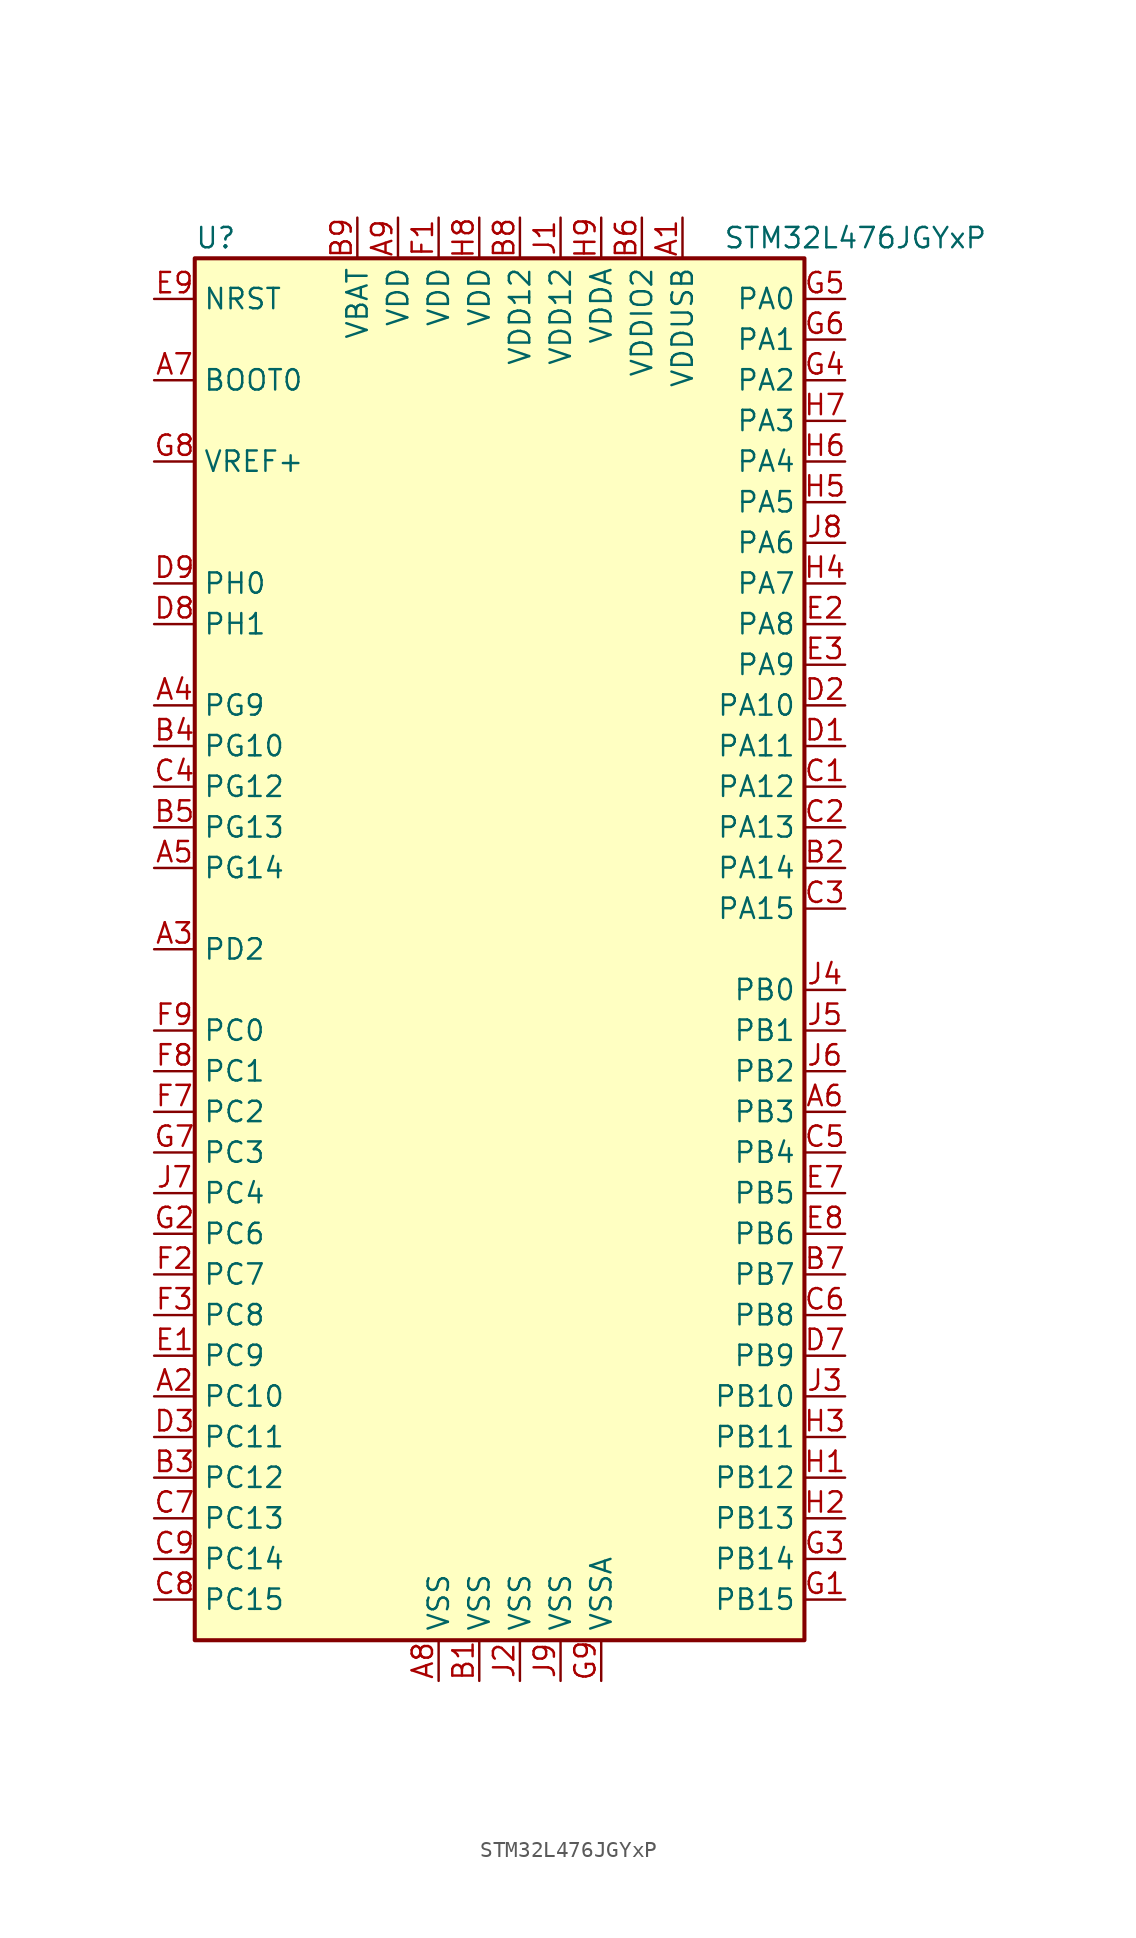
<source format=kicad_sym>
(kicad_symbol_lib
  (version 20211014)
  (generator kicad_symbol_editor)
  (symbol "STM32L476JGYxP"
    (property "Reference" "U"
      (at -20.32 44.45 0)
      (effects (font (size 1.27 1.27)) (justify left)))
    (property "Value" "STM32L476JGYxP"
      (at 12.7 44.45 0)
      (effects (font (size 1.27 1.27)) (justify left)))
    (symbol "STM32L476JGYxP_0_1"
      (rectangle (start -20.32 -43.18) (end 17.78 43.18) (stroke (width 0.254) (type default) (color 0 0 0 0)) (fill (type background))))
    (symbol "STM32L476JGYxP_1_1"
      (pin power_in line (at 10.16 45.72 270) (length 2.54) (name "VDDUSB" (effects (font (size 1.27 1.27)))) (number "A1" (effects (font (size 1.27 1.27)))))
      (pin bidirectional line (at -22.86 -27.94 0) (length 2.54) (name "PC10" (effects (font (size 1.27 1.27)))) (number "A2" (effects (font (size 1.27 1.27)))))
      (pin bidirectional line (at -22.86 0 0) (length 2.54) (name "PD2" (effects (font (size 1.27 1.27)))) (number "A3" (effects (font (size 1.27 1.27)))))
      (pin bidirectional line (at -22.86 15.24 0) (length 2.54) (name "PG9" (effects (font (size 1.27 1.27)))) (number "A4" (effects (font (size 1.27 1.27)))))
      (pin bidirectional line (at -22.86 5.08 0) (length 2.54) (name "PG14" (effects (font (size 1.27 1.27)))) (number "A5" (effects (font (size 1.27 1.27)))))
      (pin bidirectional line (at 20.32 -10.16 180) (length 2.54) (name "PB3" (effects (font (size 1.27 1.27)))) (number "A6" (effects (font (size 1.27 1.27)))))
      (pin input line (at -22.86 35.56 0) (length 2.54) (name "BOOT0" (effects (font (size 1.27 1.27)))) (number "A7" (effects (font (size 1.27 1.27)))))
      (pin power_in line (at -5.08 -45.72 90) (length 2.54) (name "VSS" (effects (font (size 1.27 1.27)))) (number "A8" (effects (font (size 1.27 1.27)))))
      (pin power_in line (at -7.62 45.72 270) (length 2.54) (name "VDD" (effects (font (size 1.27 1.27)))) (number "A9" (effects (font (size 1.27 1.27)))))
      (pin power_in line (at -2.54 -45.72 90) (length 2.54) (name "VSS" (effects (font (size 1.27 1.27)))) (number "B1" (effects (font (size 1.27 1.27)))))
      (pin bidirectional line (at 20.32 5.08 180) (length 2.54) (name "PA14" (effects (font (size 1.27 1.27)))) (number "B2" (effects (font (size 1.27 1.27)))))
      (pin bidirectional line (at -22.86 -33.02 0) (length 2.54) (name "PC12" (effects (font (size 1.27 1.27)))) (number "B3" (effects (font (size 1.27 1.27)))))
      (pin bidirectional line (at -22.86 12.7 0) (length 2.54) (name "PG10" (effects (font (size 1.27 1.27)))) (number "B4" (effects (font (size 1.27 1.27)))))
      (pin bidirectional line (at -22.86 7.62 0) (length 2.54) (name "PG13" (effects (font (size 1.27 1.27)))) (number "B5" (effects (font (size 1.27 1.27)))))
      (pin power_in line (at 7.62 45.72 270) (length 2.54) (name "VDDIO2" (effects (font (size 1.27 1.27)))) (number "B6" (effects (font (size 1.27 1.27)))))
      (pin bidirectional line (at 20.32 -20.32 180) (length 2.54) (name "PB7" (effects (font (size 1.27 1.27)))) (number "B7" (effects (font (size 1.27 1.27)))))
      (pin power_in line (at 0 45.72 270) (length 2.54) (name "VDD12" (effects (font (size 1.27 1.27)))) (number "B8" (effects (font (size 1.27 1.27)))))
      (pin power_in line (at -10.16 45.72 270) (length 2.54) (name "VBAT" (effects (font (size 1.27 1.27)))) (number "B9" (effects (font (size 1.27 1.27)))))
      (pin bidirectional line (at 20.32 10.16 180) (length 2.54) (name "PA12" (effects (font (size 1.27 1.27)))) (number "C1" (effects (font (size 1.27 1.27)))))
      (pin bidirectional line (at 20.32 7.62 180) (length 2.54) (name "PA13" (effects (font (size 1.27 1.27)))) (number "C2" (effects (font (size 1.27 1.27)))))
      (pin bidirectional line (at 20.32 2.54 180) (length 2.54) (name "PA15" (effects (font (size 1.27 1.27)))) (number "C3" (effects (font (size 1.27 1.27)))))
      (pin bidirectional line (at -22.86 10.16 0) (length 2.54) (name "PG12" (effects (font (size 1.27 1.27)))) (number "C4" (effects (font (size 1.27 1.27)))))
      (pin bidirectional line (at 20.32 -12.7 180) (length 2.54) (name "PB4" (effects (font (size 1.27 1.27)))) (number "C5" (effects (font (size 1.27 1.27)))))
      (pin bidirectional line (at 20.32 -22.86 180) (length 2.54) (name "PB8" (effects (font (size 1.27 1.27)))) (number "C6" (effects (font (size 1.27 1.27)))))
      (pin bidirectional line (at -22.86 -35.56 0) (length 2.54) (name "PC13" (effects (font (size 1.27 1.27)))) (number "C7" (effects (font (size 1.27 1.27)))))
      (pin bidirectional line (at -22.86 -40.64 0) (length 2.54) (name "PC15" (effects (font (size 1.27 1.27)))) (number "C8" (effects (font (size 1.27 1.27)))))
      (pin bidirectional line (at -22.86 -38.1 0) (length 2.54) (name "PC14" (effects (font (size 1.27 1.27)))) (number "C9" (effects (font (size 1.27 1.27)))))
      (pin bidirectional line (at 20.32 12.7 180) (length 2.54) (name "PA11" (effects (font (size 1.27 1.27)))) (number "D1" (effects (font (size 1.27 1.27)))))
      (pin bidirectional line (at 20.32 15.24 180) (length 2.54) (name "PA10" (effects (font (size 1.27 1.27)))) (number "D2" (effects (font (size 1.27 1.27)))))
      (pin bidirectional line (at -22.86 -30.48 0) (length 2.54) (name "PC11" (effects (font (size 1.27 1.27)))) (number "D3" (effects (font (size 1.27 1.27)))))
      (pin bidirectional line (at 20.32 -25.4 180) (length 2.54) (name "PB9" (effects (font (size 1.27 1.27)))) (number "D7" (effects (font (size 1.27 1.27)))))
      (pin input line (at -22.86 20.32 0) (length 2.54) (name "PH1" (effects (font (size 1.27 1.27)))) (number "D8" (effects (font (size 1.27 1.27)))))
      (pin input line (at -22.86 22.86 0) (length 2.54) (name "PH0" (effects (font (size 1.27 1.27)))) (number "D9" (effects (font (size 1.27 1.27)))))
      (pin bidirectional line (at -22.86 -25.4 0) (length 2.54) (name "PC9" (effects (font (size 1.27 1.27)))) (number "E1" (effects (font (size 1.27 1.27)))))
      (pin bidirectional line (at 20.32 20.32 180) (length 2.54) (name "PA8" (effects (font (size 1.27 1.27)))) (number "E2" (effects (font (size 1.27 1.27)))))
      (pin bidirectional line (at 20.32 17.78 180) (length 2.54) (name "PA9" (effects (font (size 1.27 1.27)))) (number "E3" (effects (font (size 1.27 1.27)))))
      (pin bidirectional line (at 20.32 -15.24 180) (length 2.54) (name "PB5" (effects (font (size 1.27 1.27)))) (number "E7" (effects (font (size 1.27 1.27)))))
      (pin bidirectional line (at 20.32 -17.78 180) (length 2.54) (name "PB6" (effects (font (size 1.27 1.27)))) (number "E8" (effects (font (size 1.27 1.27)))))
      (pin input line (at -22.86 40.64 0) (length 2.54) (name "NRST" (effects (font (size 1.27 1.27)))) (number "E9" (effects (font (size 1.27 1.27)))))
      (pin power_in line (at -5.08 45.72 270) (length 2.54) (name "VDD" (effects (font (size 1.27 1.27)))) (number "F1" (effects (font (size 1.27 1.27)))))
      (pin bidirectional line (at -22.86 -20.32 0) (length 2.54) (name "PC7" (effects (font (size 1.27 1.27)))) (number "F2" (effects (font (size 1.27 1.27)))))
      (pin bidirectional line (at -22.86 -22.86 0) (length 2.54) (name "PC8" (effects (font (size 1.27 1.27)))) (number "F3" (effects (font (size 1.27 1.27)))))
      (pin bidirectional line (at -22.86 -10.16 0) (length 2.54) (name "PC2" (effects (font (size 1.27 1.27)))) (number "F7" (effects (font (size 1.27 1.27)))))
      (pin bidirectional line (at -22.86 -7.62 0) (length 2.54) (name "PC1" (effects (font (size 1.27 1.27)))) (number "F8" (effects (font (size 1.27 1.27)))))
      (pin bidirectional line (at -22.86 -5.08 0) (length 2.54) (name "PC0" (effects (font (size 1.27 1.27)))) (number "F9" (effects (font (size 1.27 1.27)))))
      (pin bidirectional line (at 20.32 -40.64 180) (length 2.54) (name "PB15" (effects (font (size 1.27 1.27)))) (number "G1" (effects (font (size 1.27 1.27)))))
      (pin bidirectional line (at -22.86 -17.78 0) (length 2.54) (name "PC6" (effects (font (size 1.27 1.27)))) (number "G2" (effects (font (size 1.27 1.27)))))
      (pin bidirectional line (at 20.32 -38.1 180) (length 2.54) (name "PB14" (effects (font (size 1.27 1.27)))) (number "G3" (effects (font (size 1.27 1.27)))))
      (pin bidirectional line (at 20.32 35.56 180) (length 2.54) (name "PA2" (effects (font (size 1.27 1.27)))) (number "G4" (effects (font (size 1.27 1.27)))))
      (pin bidirectional line (at 20.32 40.64 180) (length 2.54) (name "PA0" (effects (font (size 1.27 1.27)))) (number "G5" (effects (font (size 1.27 1.27)))))
      (pin bidirectional line (at 20.32 38.1 180) (length 2.54) (name "PA1" (effects (font (size 1.27 1.27)))) (number "G6" (effects (font (size 1.27 1.27)))))
      (pin bidirectional line (at -22.86 -12.7 0) (length 2.54) (name "PC3" (effects (font (size 1.27 1.27)))) (number "G7" (effects (font (size 1.27 1.27)))))
      (pin bidirectional line (at -22.86 30.48 0) (length 2.54) (name "VREF+" (effects (font (size 1.27 1.27)))) (number "G8" (effects (font (size 1.27 1.27)))))
      (pin power_in line (at 5.08 -45.72 90) (length 2.54) (name "VSSA" (effects (font (size 1.27 1.27)))) (number "G9" (effects (font (size 1.27 1.27)))))
      (pin bidirectional line (at 20.32 -33.02 180) (length 2.54) (name "PB12" (effects (font (size 1.27 1.27)))) (number "H1" (effects (font (size 1.27 1.27)))))
      (pin bidirectional line (at 20.32 -35.56 180) (length 2.54) (name "PB13" (effects (font (size 1.27 1.27)))) (number "H2" (effects (font (size 1.27 1.27)))))
      (pin bidirectional line (at 20.32 -30.48 180) (length 2.54) (name "PB11" (effects (font (size 1.27 1.27)))) (number "H3" (effects (font (size 1.27 1.27)))))
      (pin bidirectional line (at 20.32 22.86 180) (length 2.54) (name "PA7" (effects (font (size 1.27 1.27)))) (number "H4" (effects (font (size 1.27 1.27)))))
      (pin bidirectional line (at 20.32 27.94 180) (length 2.54) (name "PA5" (effects (font (size 1.27 1.27)))) (number "H5" (effects (font (size 1.27 1.27)))))
      (pin bidirectional line (at 20.32 30.48 180) (length 2.54) (name "PA4" (effects (font (size 1.27 1.27)))) (number "H6" (effects (font (size 1.27 1.27)))))
      (pin bidirectional line (at 20.32 33.02 180) (length 2.54) (name "PA3" (effects (font (size 1.27 1.27)))) (number "H7" (effects (font (size 1.27 1.27)))))
      (pin power_in line (at -2.54 45.72 270) (length 2.54) (name "VDD" (effects (font (size 1.27 1.27)))) (number "H8" (effects (font (size 1.27 1.27)))))
      (pin power_in line (at 5.08 45.72 270) (length 2.54) (name "VDDA" (effects (font (size 1.27 1.27)))) (number "H9" (effects (font (size 1.27 1.27)))))
      (pin power_in line (at 2.54 45.72 270) (length 2.54) (name "VDD12" (effects (font (size 1.27 1.27)))) (number "J1" (effects (font (size 1.27 1.27)))))
      (pin power_in line (at 0 -45.72 90) (length 2.54) (name "VSS" (effects (font (size 1.27 1.27)))) (number "J2" (effects (font (size 1.27 1.27)))))
      (pin bidirectional line (at 20.32 -27.94 180) (length 2.54) (name "PB10" (effects (font (size 1.27 1.27)))) (number "J3" (effects (font (size 1.27 1.27)))))
      (pin bidirectional line (at 20.32 -2.54 180) (length 2.54) (name "PB0" (effects (font (size 1.27 1.27)))) (number "J4" (effects (font (size 1.27 1.27)))))
      (pin bidirectional line (at 20.32 -5.08 180) (length 2.54) (name "PB1" (effects (font (size 1.27 1.27)))) (number "J5" (effects (font (size 1.27 1.27)))))
      (pin bidirectional line (at 20.32 -7.62 180) (length 2.54) (name "PB2" (effects (font (size 1.27 1.27)))) (number "J6" (effects (font (size 1.27 1.27)))))
      (pin bidirectional line (at -22.86 -15.24 0) (length 2.54) (name "PC4" (effects (font (size 1.27 1.27)))) (number "J7" (effects (font (size 1.27 1.27)))))
      (pin bidirectional line (at 20.32 25.4 180) (length 2.54) (name "PA6" (effects (font (size 1.27 1.27)))) (number "J8" (effects (font (size 1.27 1.27)))))
      (pin power_in line (at 2.54 -45.72 90) (length 2.54) (name "VSS" (effects (font (size 1.27 1.27)))) (number "J9" (effects (font (size 1.27 1.27))))))))
</source>
